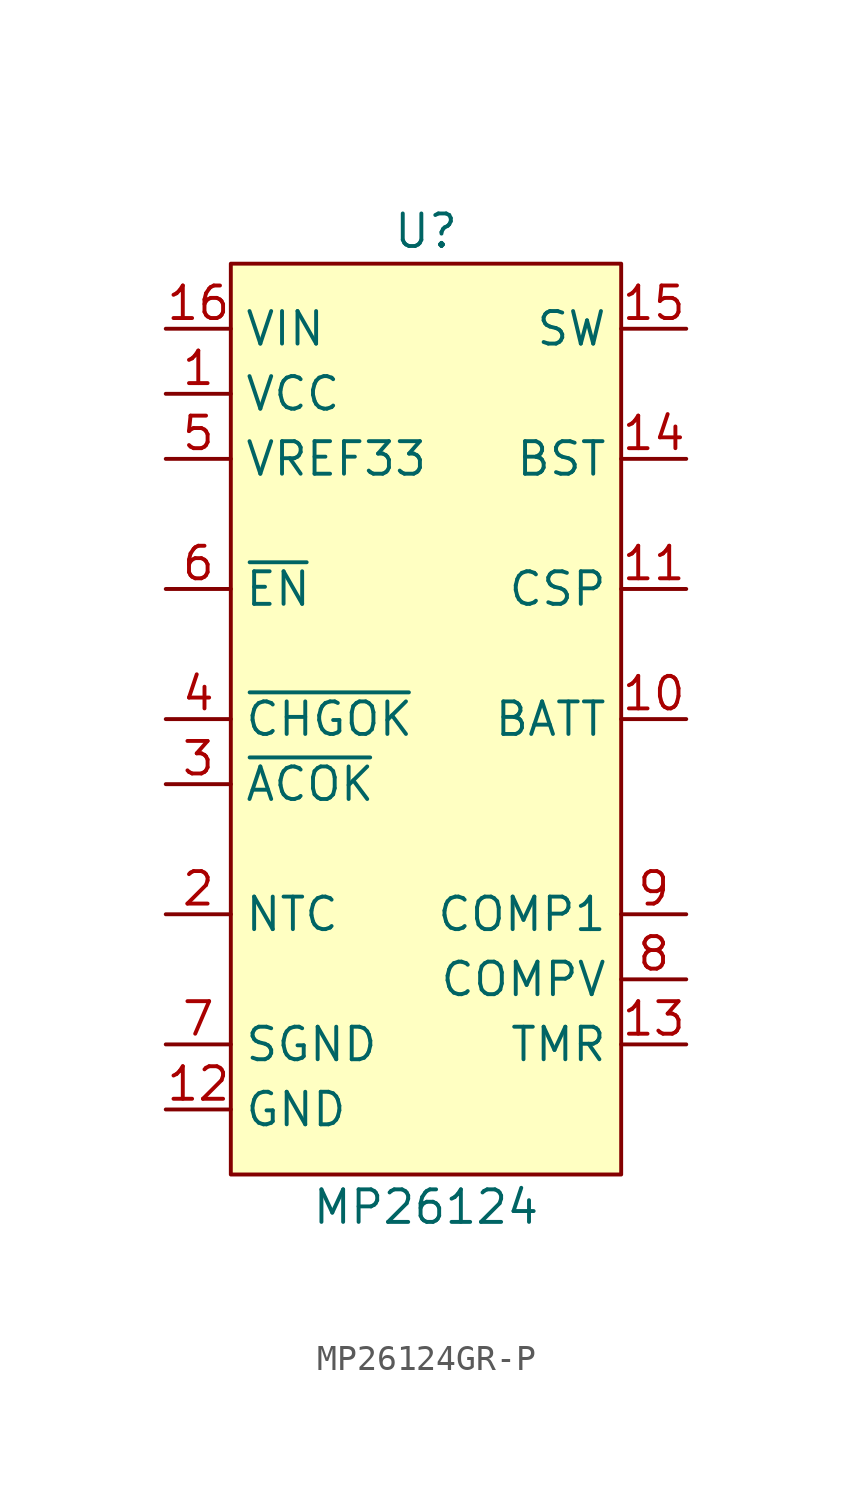
<source format=kicad_sym>
(kicad_symbol_lib
  (version 20220914)
  (generator kicad_symbol_editor)
  (symbol "MP26124GR-P"
    (property "Reference" "U"
      (at 0 19.05 0)
      (effects (font (size 1.27 1.27))))
    (property "Value" "MP26124"
      (at 0 -19.05 0)
      (effects (font (size 1.27 1.27))))
    (symbol "MP26124GR-P_1_1"
      (rectangle (start -7.62 17.78) (end 7.62 -17.78) (stroke (width 0) (type default)) (fill (type background)))
      (pin power_in line (at -10.16 12.7 0) (length 2.54) (name "VCC" (effects (font (size 1.27 1.27)))) (number "1" (effects (font (size 1.27 1.27)))))
      (pin input line (at 10.16 0 180) (length 2.54) (name "BATT" (effects (font (size 1.27 1.27)))) (number "10" (effects (font (size 1.27 1.27)))))
      (pin input line (at 10.16 5.08 180) (length 2.54) (name "CSP" (effects (font (size 1.27 1.27)))) (number "11" (effects (font (size 1.27 1.27)))))
      (pin power_in line (at -10.16 -15.24 0) (length 2.54) (name "GND" (effects (font (size 1.27 1.27)))) (number "12" (effects (font (size 1.27 1.27)))))
      (pin passive line (at 10.16 -12.7 180) (length 2.54) (name "TMR" (effects (font (size 1.27 1.27)))) (number "13" (effects (font (size 1.27 1.27)))))
      (pin unspecified line (at 10.16 10.16 180) (length 2.54) (name "BST" (effects (font (size 1.27 1.27)))) (number "14" (effects (font (size 1.27 1.27)))))
      (pin power_out line (at 10.16 15.24 180) (length 2.54) (name "SW" (effects (font (size 1.27 1.27)))) (number "15" (effects (font (size 1.27 1.27)))))
      (pin power_in line (at -10.16 15.24 0) (length 2.54) (name "VIN" (effects (font (size 1.27 1.27)))) (number "16" (effects (font (size 1.27 1.27)))))
      (pin input line (at -10.16 -7.62 0) (length 2.54) (name "NTC" (effects (font (size 1.27 1.27)))) (number "2" (effects (font (size 1.27 1.27)))))
      (pin open_collector line (at -10.16 -2.54 0) (length 2.54) (name "~{ACOK}" (effects (font (size 1.27 1.27)))) (number "3" (effects (font (size 1.27 1.27)))))
      (pin open_collector line (at -10.16 0 0) (length 2.54) (name "~{CHGOK}" (effects (font (size 1.27 1.27)))) (number "4" (effects (font (size 1.27 1.27)))))
      (pin power_out line (at -10.16 10.16 0) (length 2.54) (name "VREF33" (effects (font (size 1.27 1.27)))) (number "5" (effects (font (size 1.27 1.27)))))
      (pin input line (at -10.16 5.08 0) (length 2.54) (name "~{EN}" (effects (font (size 1.27 1.27)))) (number "6" (effects (font (size 1.27 1.27)))))
      (pin power_in line (at -10.16 -12.7 0) (length 2.54) (name "SGND" (effects (font (size 1.27 1.27)))) (number "7" (effects (font (size 1.27 1.27)))))
      (pin unspecified line (at 10.16 -10.16 180) (length 2.54) (name "COMPV" (effects (font (size 1.27 1.27)))) (number "8" (effects (font (size 1.27 1.27)))))
      (pin unspecified line (at 10.16 -7.62 180) (length 2.54) (name "COMP1" (effects (font (size 1.27 1.27)))) (number "9" (effects (font (size 1.27 1.27))))))))
</source>
